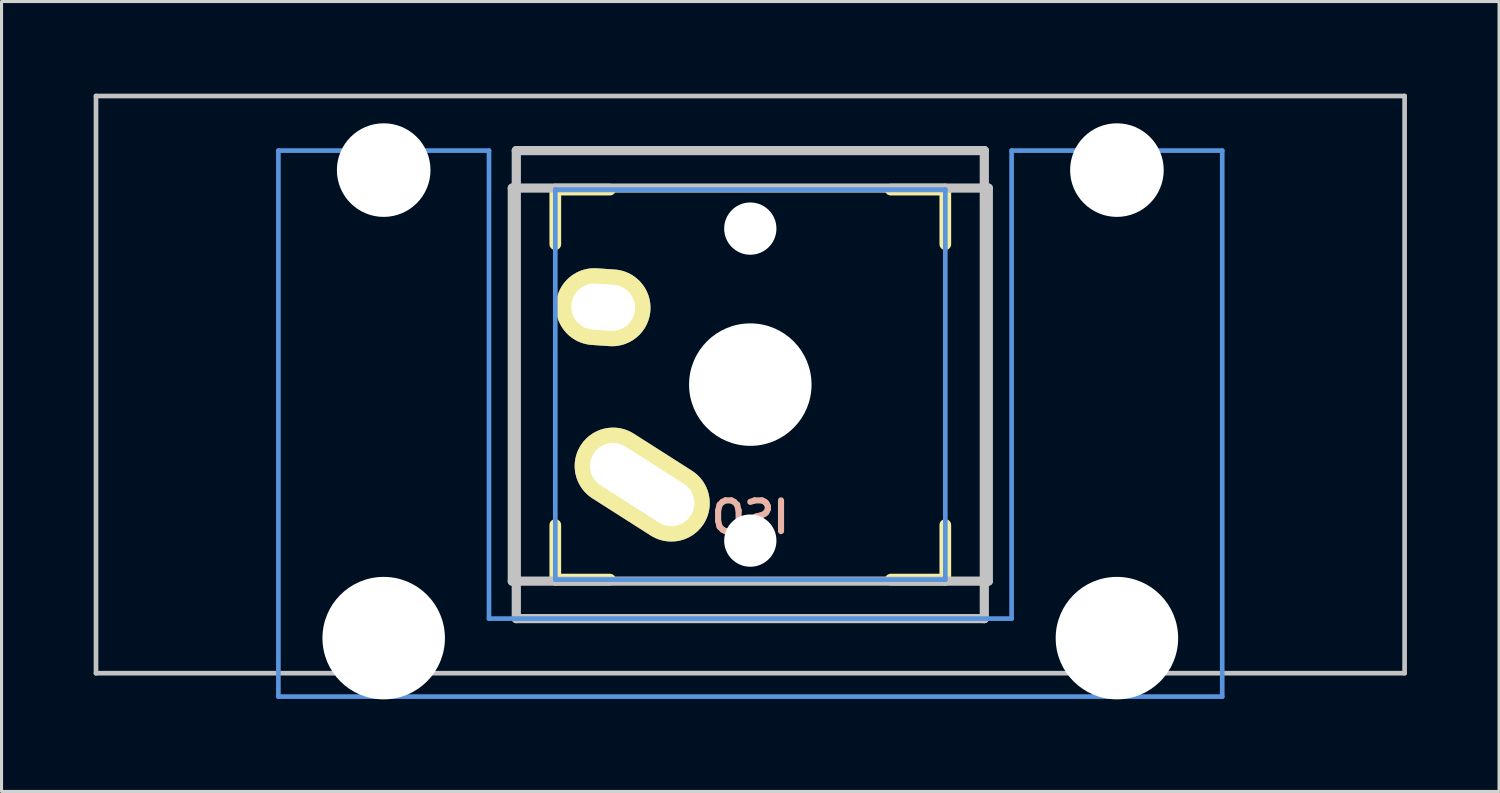
<source format=kicad_pcb>
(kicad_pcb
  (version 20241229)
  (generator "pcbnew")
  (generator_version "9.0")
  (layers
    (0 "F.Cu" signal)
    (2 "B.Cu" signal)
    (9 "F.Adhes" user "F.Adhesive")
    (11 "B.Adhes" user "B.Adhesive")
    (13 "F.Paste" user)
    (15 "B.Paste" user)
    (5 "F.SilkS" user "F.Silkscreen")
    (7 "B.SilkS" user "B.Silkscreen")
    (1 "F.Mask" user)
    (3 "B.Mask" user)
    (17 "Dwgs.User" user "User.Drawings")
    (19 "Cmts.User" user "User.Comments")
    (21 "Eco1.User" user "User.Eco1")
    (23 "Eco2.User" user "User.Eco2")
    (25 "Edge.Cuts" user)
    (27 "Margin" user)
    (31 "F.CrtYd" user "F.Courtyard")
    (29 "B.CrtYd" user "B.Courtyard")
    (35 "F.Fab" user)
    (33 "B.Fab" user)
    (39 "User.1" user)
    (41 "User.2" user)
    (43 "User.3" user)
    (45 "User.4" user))
  (footprint "ISO"
    (layer "F.Cu")
    (at 21.382 9.474)
    (property "Reference" "ISO" (at 0 4.318 180) (layer "B.SilkS") (effects (font (size 1 1) (thickness 0.2)) (justify mirror)))
    (attr through_hole)
    (fp_line (start -6.35 -6.35) (end -4.572 -6.35) (stroke (width 0.381) (type solid)) (layer "F.SilkS"))
    (fp_line (start -6.35 -4.572) (end -6.35 -6.35) (stroke (width 0.381) (type solid)) (layer "F.SilkS"))
    (fp_line (start -6.35 6.35) (end -6.35 4.572) (stroke (width 0.381) (type solid)) (layer "F.SilkS"))
    (fp_line (start -4.572 6.35) (end -6.35 6.35) (stroke (width 0.381) (type solid)) (layer "F.SilkS"))
    (fp_line (start 4.572 -6.35) (end 6.35 -6.35) (stroke (width 0.381) (type solid)) (layer "F.SilkS"))
    (fp_line (start 6.35 -6.35) (end 6.35 -4.572) (stroke (width 0.381) (type solid)) (layer "F.SilkS"))
    (fp_line (start 6.35 4.572) (end 6.35 6.35) (stroke (width 0.381) (type solid)) (layer "F.SilkS"))
    (fp_line (start 6.35 6.35) (end 4.572 6.35) (stroke (width 0.381) (type solid)) (layer "F.SilkS"))
    (fp_line (start -21.306 -9.398) (end 21.306 -9.398) (stroke (width 0.152) (type solid)) (layer "Dwgs.User"))
    (fp_line (start -21.306 9.398) (end -21.306 -9.398) (stroke (width 0.152) (type solid)) (layer "Dwgs.User"))
    (fp_line (start -7.75 6.4) (end -7.75 -6.4) (stroke (width 0.3) (type solid)) (layer "Dwgs.User"))
    (fp_line (start -7.75 6.4) (end 7.75 6.4) (stroke (width 0.3) (type solid)) (layer "Dwgs.User"))
    (fp_line (start -7.62 -7.62) (end 7.62 -7.62) (stroke (width 0.3) (type solid)) (layer "Dwgs.User"))
    (fp_line (start -7.62 7.62) (end -7.62 -7.62) (stroke (width 0.3) (type solid)) (layer "Dwgs.User"))
    (fp_line (start 7.62 -7.62) (end 7.62 7.62) (stroke (width 0.3) (type solid)) (layer "Dwgs.User"))
    (fp_line (start 7.62 7.62) (end -7.62 7.62) (stroke (width 0.3) (type solid)) (layer "Dwgs.User"))
    (fp_line (start 7.75 -6.4) (end -7.75 -6.4) (stroke (width 0.3) (type solid)) (layer "Dwgs.User"))
    (fp_line (start 7.75 6.4) (end 7.75 -6.4) (stroke (width 0.3) (type solid)) (layer "Dwgs.User"))
    (fp_line (start 21.306 -9.398) (end 21.306 9.398) (stroke (width 0.152) (type solid)) (layer "Dwgs.User"))
    (fp_line (start 21.306 9.398) (end -21.306 9.398) (stroke (width 0.152) (type solid)) (layer "Dwgs.User"))
    (fp_line (start -15.367 -7.62) (end -15.367 10.16) (stroke (width 0.152) (type solid)) (layer "Cmts.User"))
    (fp_line (start -15.367 10.16) (end 15.367 10.16) (stroke (width 0.152) (type solid)) (layer "Cmts.User"))
    (fp_line (start -8.509 -7.62) (end -15.367 -7.62) (stroke (width 0.152) (type solid)) (layer "Cmts.User"))
    (fp_line (start -8.509 7.62) (end -8.509 -7.62) (stroke (width 0.152) (type solid)) (layer "Cmts.User"))
    (fp_line (start -6.35 -6.35) (end 6.35 -6.35) (stroke (width 0.152) (type solid)) (layer "Cmts.User"))
    (fp_line (start -6.35 6.35) (end -6.35 -6.35) (stroke (width 0.152) (type solid)) (layer "Cmts.User"))
    (fp_line (start 6.35 -6.35) (end 6.35 6.35) (stroke (width 0.152) (type solid)) (layer "Cmts.User"))
    (fp_line (start 6.35 6.35) (end -6.35 6.35) (stroke (width 0.152) (type solid)) (layer "Cmts.User"))
    (fp_line (start 8.509 -7.62) (end 8.509 7.62) (stroke (width 0.152) (type solid)) (layer "Cmts.User"))
    (fp_line (start 8.509 7.62) (end -8.509 7.62) (stroke (width 0.152) (type solid)) (layer "Cmts.User"))
    (fp_line (start 15.367 -7.62) (end 8.509 -7.62) (stroke (width 0.152) (type solid)) (layer "Cmts.User"))
    (fp_line (start 15.367 10.16) (end 15.367 -7.62) (stroke (width 0.152) (type solid)) (layer "Cmts.User"))
    (fp_line (start -16.129 -2.286) (end -15.265 -2.286) (stroke (width 0.152) (type solid)) (layer "Eco2.User"))
    (fp_line (start -16.129 0.508) (end -16.129 -2.286) (stroke (width 0.152) (type solid)) (layer "Eco2.User"))
    (fp_line (start -15.265 -5.69) (end -8.611 -5.69) (stroke (width 0.152) (type solid)) (layer "Eco2.User"))
    (fp_line (start -15.265 -2.286) (end -15.265 -5.69) (stroke (width 0.152) (type solid)) (layer "Eco2.User"))
    (fp_line (start -15.265 0.508) (end -16.129 0.508) (stroke (width 0.152) (type solid)) (layer "Eco2.User"))
    (fp_line (start -15.265 6.604) (end -15.265 0.508) (stroke (width 0.152) (type solid)) (layer "Eco2.User"))
    (fp_line (start -14.224 6.604) (end -15.265 6.604) (stroke (width 0.152) (type solid)) (layer "Eco2.User"))
    (fp_line (start -14.224 7.772) (end -14.224 6.604) (stroke (width 0.152) (type solid)) (layer "Eco2.User"))
    (fp_line (start -9.652 6.604) (end -9.652 7.772) (stroke (width 0.152) (type solid)) (layer "Eco2.User"))
    (fp_line (start -9.652 7.772) (end -14.224 7.772) (stroke (width 0.152) (type solid)) (layer "Eco2.User"))
    (fp_line (start -8.611 -5.69) (end -8.611 -4.877) (stroke (width 0.152) (type solid)) (layer "Eco2.User"))
    (fp_line (start -8.611 -4.877) (end -6.985 -4.877) (stroke (width 0.152) (type solid)) (layer "Eco2.User"))
    (fp_line (start -8.611 5.817) (end -8.611 6.604) (stroke (width 0.152) (type solid)) (layer "Eco2.User"))
    (fp_line (start -8.611 6.604) (end -9.652 6.604) (stroke (width 0.152) (type solid)) (layer "Eco2.User"))
    (fp_line (start -6.985 -6.985) (end 6.985 -6.985) (stroke (width 0.152) (type solid)) (layer "Eco2.User"))
    (fp_line (start -6.985 -4.877) (end -6.985 -6.985) (stroke (width 0.152) (type solid)) (layer "Eco2.User"))
    (fp_line (start -6.985 5.817) (end -8.611 5.817) (stroke (width 0.152) (type solid)) (layer "Eco2.User"))
    (fp_line (start -6.985 6.985) (end -6.985 5.817) (stroke (width 0.152) (type solid)) (layer "Eco2.User"))
    (fp_line (start 6.985 -6.985) (end 6.985 -4.877) (stroke (width 0.152) (type solid)) (layer "Eco2.User"))
    (fp_line (start 6.985 -4.877) (end 8.611 -4.877) (stroke (width 0.152) (type solid)) (layer "Eco2.User"))
    (fp_line (start 6.985 5.817) (end 6.985 6.985) (stroke (width 0.152) (type solid)) (layer "Eco2.User"))
    (fp_line (start 6.985 6.985) (end -6.985 6.985) (stroke (width 0.152) (type solid)) (layer "Eco2.User"))
    (fp_line (start 8.611 -5.69) (end 15.265 -5.69) (stroke (width 0.152) (type solid)) (layer "Eco2.User"))
    (fp_line (start 8.611 -4.877) (end 8.611 -5.69) (stroke (width 0.152) (type solid)) (layer "Eco2.User"))
    (fp_line (start 8.611 5.817) (end 6.985 5.817) (stroke (width 0.152) (type solid)) (layer "Eco2.User"))
    (fp_line (start 8.611 6.604) (end 8.611 5.817) (stroke (width 0.152) (type solid)) (layer "Eco2.User"))
    (fp_line (start 9.652 6.604) (end 8.611 6.604) (stroke (width 0.152) (type solid)) (layer "Eco2.User"))
    (fp_line (start 9.652 7.772) (end 9.652 6.604) (stroke (width 0.152) (type solid)) (layer "Eco2.User"))
    (fp_line (start 14.224 6.604) (end 14.224 7.772) (stroke (width 0.152) (type solid)) (layer "Eco2.User"))
    (fp_line (start 14.224 7.772) (end 9.652 7.772) (stroke (width 0.152) (type solid)) (layer "Eco2.User"))
    (fp_line (start 15.265 -5.69) (end 15.265 -2.286) (stroke (width 0.152) (type solid)) (layer "Eco2.User"))
    (fp_line (start 15.265 -2.286) (end 16.129 -2.286) (stroke (width 0.152) (type solid)) (layer "Eco2.User"))
    (fp_line (start 15.265 0.508) (end 15.265 6.604) (stroke (width 0.152) (type solid)) (layer "Eco2.User"))
    (fp_line (start 15.265 6.604) (end 14.224 6.604) (stroke (width 0.152) (type solid)) (layer "Eco2.User"))
    (fp_line (start 16.129 -2.286) (end 16.129 0.508) (stroke (width 0.152) (type solid)) (layer "Eco2.User"))
    (fp_line (start 16.129 0.508) (end 15.265 0.508) (stroke (width 0.152) (type solid)) (layer "Eco2.User"))
    (pad "" np_thru_hole circle (at -11.938 -6.985) (size 3.048 3.048) (drill 3.048) (layers "*.Cu" "*.Mask"))
    (pad "" np_thru_hole circle (at -11.938 8.255) (size 3.988 3.988) (drill 3.988) (layers "*.Cu" "*.Mask"))
    (pad "" np_thru_hole circle (at 0 -5.08 90) (size 1.702 1.702) (drill 1.702) (layers "*.Cu" "*.Mask"))
    (pad "" np_thru_hole circle (at 0 0 90) (size 3.988 3.988) (drill 3.988) (layers "*.Cu" "*.Mask"))
    (pad "" np_thru_hole circle (at 0 5.08 90) (size 1.702 1.702) (drill 1.702) (layers "*.Cu" "*.Mask"))
    (pad "" np_thru_hole circle (at 11.938 -6.985) (size 3.048 3.048) (drill 3.048) (layers "*.Cu" "*.Mask"))
    (pad "" np_thru_hole circle (at 11.938 8.255) (size 3.988 3.988) (drill 3.988) (layers "*.Cu" "*.Mask"))
    (pad "1" thru_hole oval (at -3.52 3.255 57.5) (size 2.5 4.75) (drill oval 1.5 3.75) (layers "*.Cu" "*.Mask" "F.SilkS"))
    (pad "2" thru_hole oval (at -4.79 -2.52 86.1) (size 2.5 3.08) (drill oval 1.5 2.08) (layers "*.Cu" "*.Mask" "F.SilkS")))
  (gr_rect
    (start -3 -3)
    (end 45.763 22.723)
    (stroke (width 0.1) (type default))
    (fill no)
    (layer "Edge.Cuts")))
</source>
